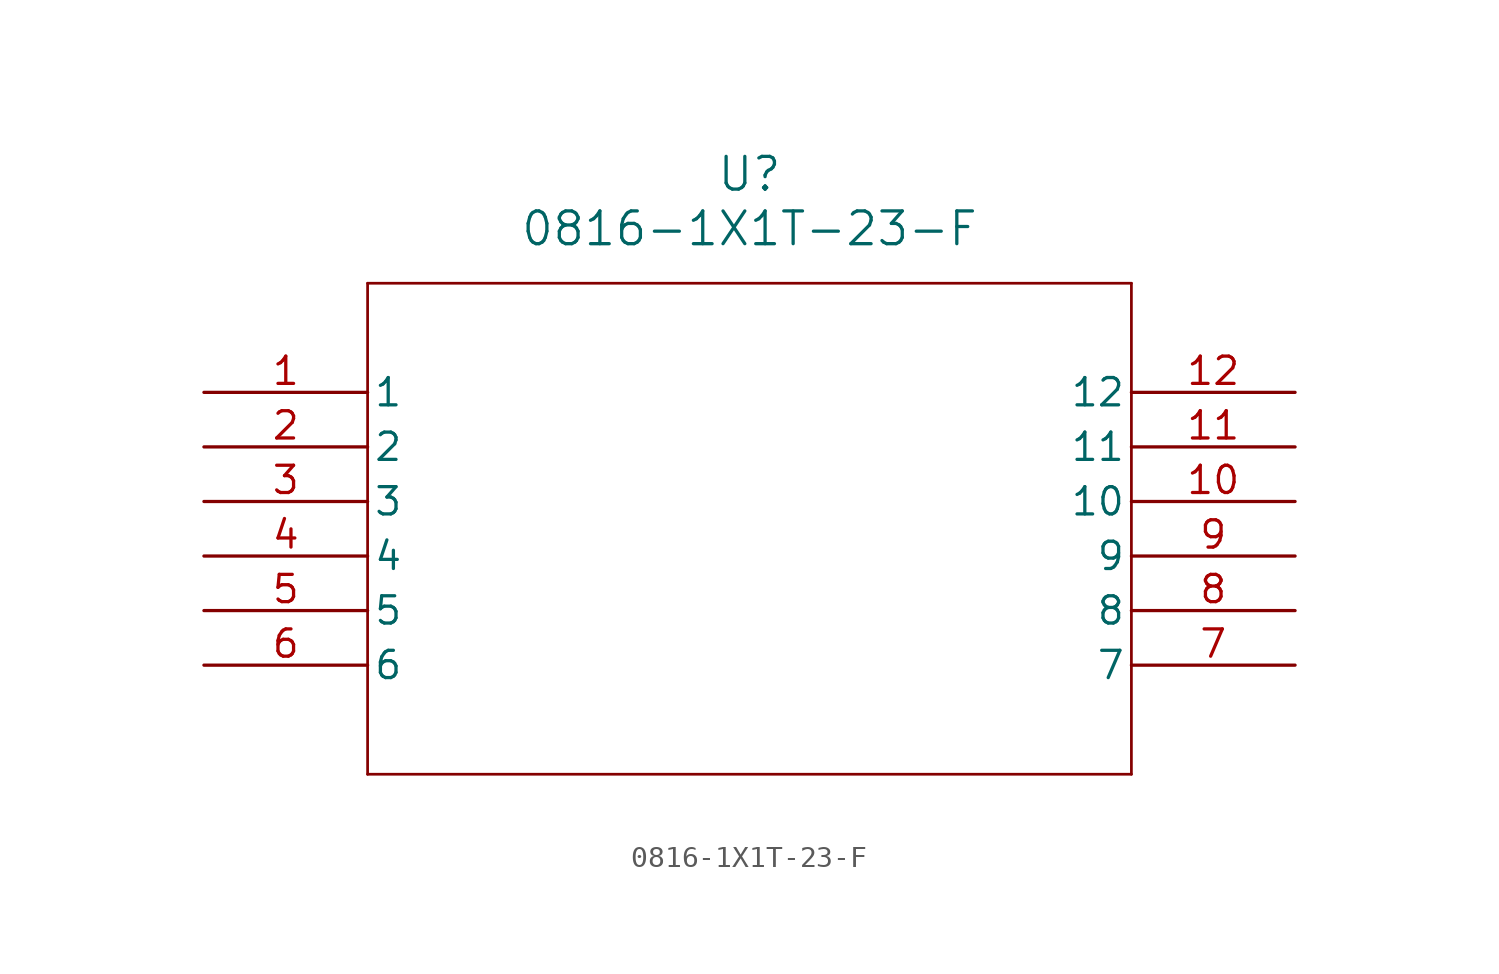
<source format=kicad_sym>
(kicad_symbol_lib
  (version 20211014)
  (generator kicad_symbol_editor)
  (symbol "0816-1X1T-23-F"
    (pin_names
      (offset 0.254))
    (property "Reference" "U"
      (at 25.4 10.16 0)
      (effects (font (size 1.524 1.524))))
    (property "Value" "0816-1X1T-23-F"
      (at 25.4 7.62 0)
      (effects (font (size 1.524 1.524))))
    (symbol "0816-1X1T-23-F_0_1"
      (polyline (pts (xy 7.62 5.08) (xy 7.62 -17.78)) (stroke (width 0.127) (type default) (color 0 0 0 0)) (fill (type none)))
      (polyline (pts (xy 7.62 -17.78) (xy 43.18 -17.78)) (stroke (width 0.127) (type default) (color 0 0 0 0)) (fill (type none)))
      (polyline (pts (xy 43.18 -17.78) (xy 43.18 5.08)) (stroke (width 0.127) (type default) (color 0 0 0 0)) (fill (type none)))
      (polyline (pts (xy 43.18 5.08) (xy 7.62 5.08)) (stroke (width 0.127) (type default) (color 0 0 0 0)) (fill (type none)))
      (pin unspecified line (at 0 0 0) (length 7.62) (name "1" (effects (font (size 1.27 1.27)))) (number "1" (effects (font (size 1.27 1.27)))))
      (pin unspecified line (at 0 -2.54 0) (length 7.62) (name "2" (effects (font (size 1.27 1.27)))) (number "2" (effects (font (size 1.27 1.27)))))
      (pin unspecified line (at 0 -5.08 0) (length 7.62) (name "3" (effects (font (size 1.27 1.27)))) (number "3" (effects (font (size 1.27 1.27)))))
      (pin unspecified line (at 0 -7.62 0) (length 7.62) (name "4" (effects (font (size 1.27 1.27)))) (number "4" (effects (font (size 1.27 1.27)))))
      (pin unspecified line (at 0 -10.16 0) (length 7.62) (name "5" (effects (font (size 1.27 1.27)))) (number "5" (effects (font (size 1.27 1.27)))))
      (pin unspecified line (at 0 -12.7 0) (length 7.62) (name "6" (effects (font (size 1.27 1.27)))) (number "6" (effects (font (size 1.27 1.27)))))
      (pin unspecified line (at 50.8 -12.7 180) (length 7.62) (name "7" (effects (font (size 1.27 1.27)))) (number "7" (effects (font (size 1.27 1.27)))))
      (pin unspecified line (at 50.8 -10.16 180) (length 7.62) (name "8" (effects (font (size 1.27 1.27)))) (number "8" (effects (font (size 1.27 1.27)))))
      (pin unspecified line (at 50.8 -7.62 180) (length 7.62) (name "9" (effects (font (size 1.27 1.27)))) (number "9" (effects (font (size 1.27 1.27)))))
      (pin unspecified line (at 50.8 -5.08 180) (length 7.62) (name "10" (effects (font (size 1.27 1.27)))) (number "10" (effects (font (size 1.27 1.27)))))
      (pin unspecified line (at 50.8 -2.54 180) (length 7.62) (name "11" (effects (font (size 1.27 1.27)))) (number "11" (effects (font (size 1.27 1.27)))))
      (pin unspecified line (at 50.8 0 180) (length 7.62) (name "12" (effects (font (size 1.27 1.27)))) (number "12" (effects (font (size 1.27 1.27))))))))
</source>
